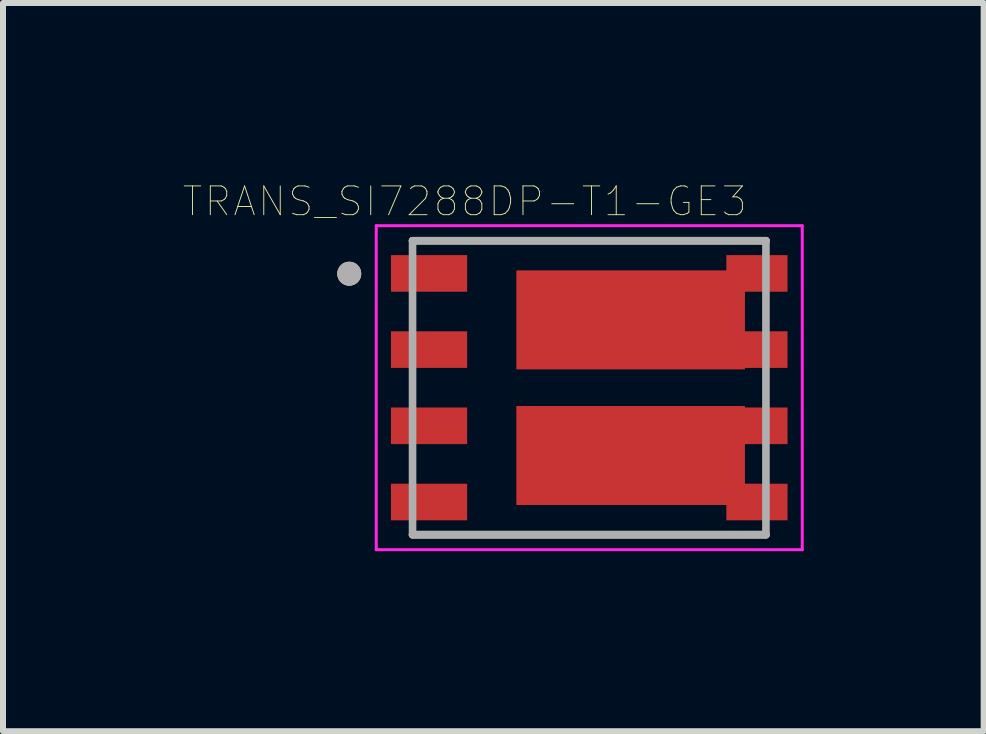
<source format=kicad_pcb>
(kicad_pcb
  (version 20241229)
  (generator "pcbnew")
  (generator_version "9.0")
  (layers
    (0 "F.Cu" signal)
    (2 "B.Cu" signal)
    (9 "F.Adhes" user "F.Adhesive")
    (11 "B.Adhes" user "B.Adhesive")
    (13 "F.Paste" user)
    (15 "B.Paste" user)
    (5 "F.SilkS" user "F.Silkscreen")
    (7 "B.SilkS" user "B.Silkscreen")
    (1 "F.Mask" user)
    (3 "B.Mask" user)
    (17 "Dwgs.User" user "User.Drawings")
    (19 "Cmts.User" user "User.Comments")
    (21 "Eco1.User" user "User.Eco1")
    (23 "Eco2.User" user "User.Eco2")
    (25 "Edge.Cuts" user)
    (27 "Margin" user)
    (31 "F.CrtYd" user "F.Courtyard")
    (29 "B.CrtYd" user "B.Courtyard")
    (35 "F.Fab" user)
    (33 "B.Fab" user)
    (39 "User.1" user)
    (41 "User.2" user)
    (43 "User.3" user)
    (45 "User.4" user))
  (footprint "TRANS_SI7288DP-T1-GE3"
    (layer "F.Cu")
    (at 6.771 3.412)
    (property "Reference" "TRANS_SI7288DP-T1-GE3" (at -2.076 -3.105 0) (layer "F.SilkS") (effects (font (size 0.48 0.48) (thickness 0.015))))
    (attr through_hole)
    (fp_line (start -2.945 -2.45) (end 2.945 -2.45) (stroke (width 0.127) (type solid)) (layer "F.SilkS"))
    (fp_line (start -2.945 2.45) (end 2.945 2.45) (stroke (width 0.127) (type solid)) (layer "F.SilkS"))
    (fp_circle (center -4 -1.9) (end -3.9 -1.9) (stroke (width 0.2) (type solid)) (fill no) (layer "F.SilkS"))
    (fp_poly (pts (xy -0.515 -1.652) (xy 1.895 -1.652) (xy 1.895 -0.608) (xy -0.515 -0.608)) (stroke (width 0.01) (type solid)) (fill yes) (layer "F.Paste"))
    (fp_poly (pts (xy -0.515 0.608) (xy 1.895 0.608) (xy 1.895 1.652) (xy -0.515 1.652)) (stroke (width 0.01) (type solid)) (fill yes) (layer "F.Paste"))
    (fp_line (start -3.55 -2.7) (end 3.55 -2.7) (stroke (width 0.05) (type solid)) (layer "F.CrtYd"))
    (fp_line (start -3.55 2.7) (end -3.55 -2.7) (stroke (width 0.05) (type solid)) (layer "F.CrtYd"))
    (fp_line (start 3.55 -2.7) (end 3.55 2.7) (stroke (width 0.05) (type solid)) (layer "F.CrtYd"))
    (fp_line (start 3.55 2.7) (end -3.55 2.7) (stroke (width 0.05) (type solid)) (layer "F.CrtYd"))
    (fp_line (start -2.945 -2.45) (end 2.945 -2.45) (stroke (width 0.127) (type solid)) (layer "F.Fab"))
    (fp_line (start -2.945 2.45) (end -2.945 -2.45) (stroke (width 0.127) (type solid)) (layer "F.Fab"))
    (fp_line (start 2.945 -2.45) (end 2.945 2.45) (stroke (width 0.127) (type solid)) (layer "F.Fab"))
    (fp_line (start 2.945 2.45) (end -2.945 2.45) (stroke (width 0.127) (type solid)) (layer "F.Fab"))
    (fp_circle (center -4 -1.9) (end -3.9 -1.9) (stroke (width 0.2) (type solid)) (fill no) (layer "F.Fab"))
    (pad "1" smd rect (at -2.67 -1.905) (size 1.27 0.61) (layers "F.Cu" "F.Mask" "F.Paste"))
    (pad "2" smd rect (at -2.67 -0.635) (size 1.27 0.61) (layers "F.Cu" "F.Mask" "F.Paste"))
    (pad "3" smd rect (at -2.67 0.635) (size 1.27 0.61) (layers "F.Cu" "F.Mask" "F.Paste"))
    (pad "4" smd rect (at -2.67 1.905) (size 1.27 0.61) (layers "F.Cu" "F.Mask" "F.Paste"))
    (pad "5" smd rect (at 2.795 1.905) (size 1.02 0.61) (layers "F.Cu" "F.Mask" "F.Paste"))
    (pad "6" smd rect (at 2.795 0.635) (size 1.02 0.61) (layers "F.Cu" "F.Mask" "F.Paste"))
    (pad "7" smd rect (at 2.795 -0.635) (size 1.02 0.61) (layers "F.Cu" "F.Mask" "F.Paste"))
    (pad "8" smd rect (at 2.795 -1.905) (size 1.02 0.61) (layers "F.Cu" "F.Mask" "F.Paste"))
    (pad "9" smd rect (at 0.69 -1.13) (size 3.81 1.65) (layers "F.Cu" "F.Mask" "F.Paste"))
    (pad "10" smd rect (at 0.69 1.13) (size 3.81 1.65) (layers "F.Cu" "F.Mask" "F.Paste")))
  (gr_rect
    (start -3 -3)
    (end 13.345 9.137)
    (stroke (width 0.1) (type default))
    (fill no)
    (layer "Edge.Cuts")))
</source>
